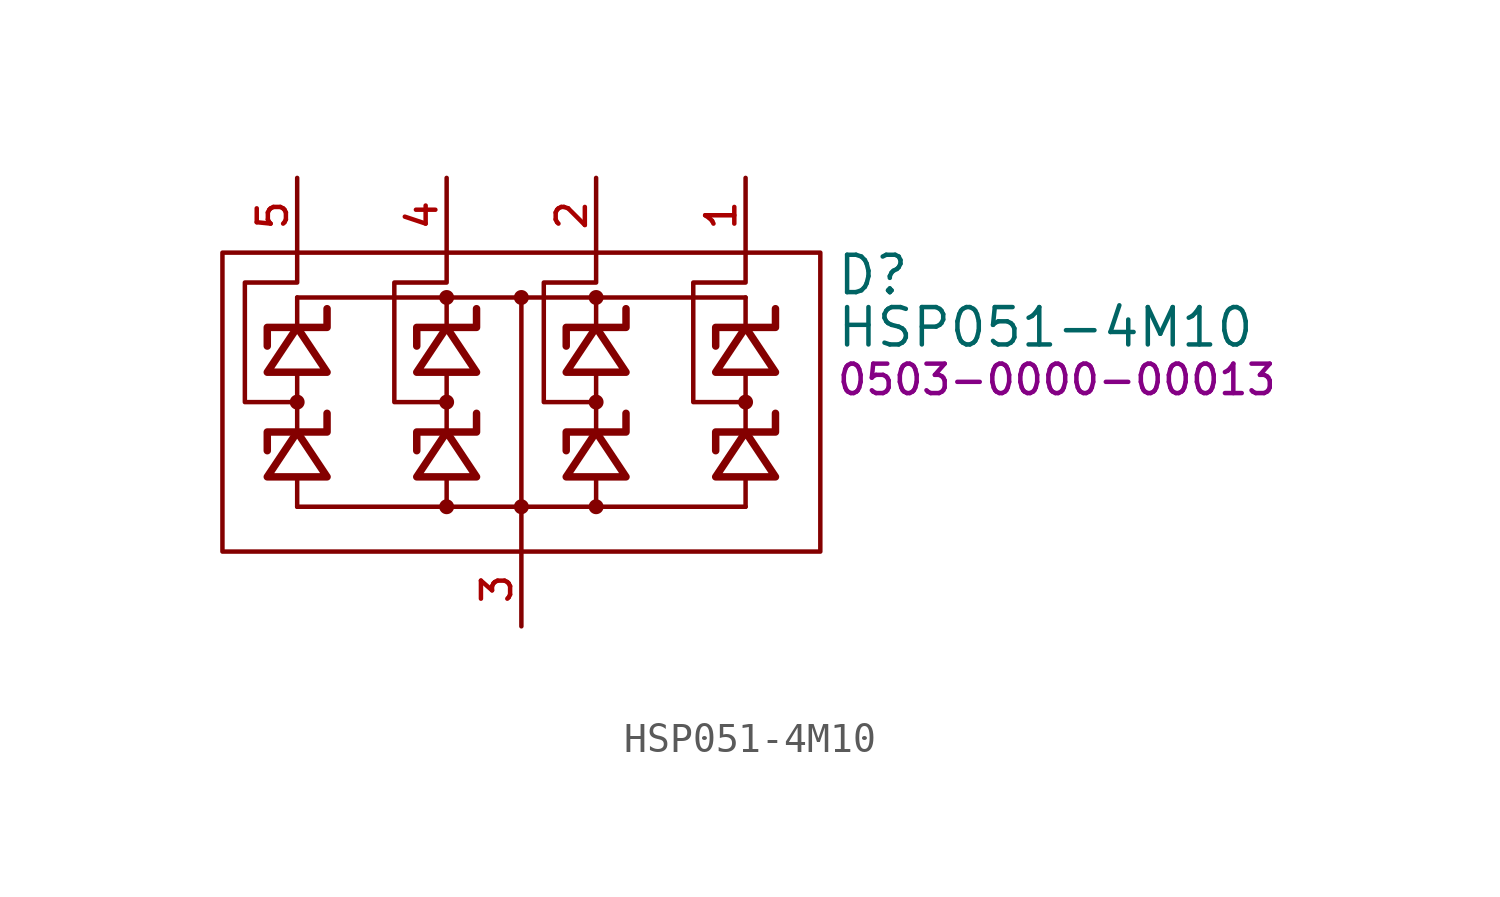
<source format=kicad_sym>
(kicad_symbol_lib
  (version 20231120)
  (generator "kicad_symbol_editor")
  (generator_version "8.0")
  (symbol "HSP051-4M10"
    (property "Reference" "D"
      (at 10.668 4.318 0)
      (effects (font (size 1.27 1.27)) (justify left)))
    (property "Value" "HSP051-4M10"
      (at 10.668 2.54 0)
      (effects (font (size 1.27 1.27)) (justify left)))
    (property "PartNumber" "0503-0000-00013"
      (at 10.668 0.762 0)
      (effects (font (size 1 1)) (justify left)))
    (symbol "HSP051-4M10_0_0"
      (pin passive line (at 7.62 7.62 270) (length 2.54) (name "IO1" (effects (font (size 0 0)))) (number "1" (effects (font (size 0.991 0.991)))))
      (pin no_connect line (at 5.08 -8.89 0) (length 2.54) hide (name "NC" (effects (font (size 1.27 1.27)))) (number "10" (effects (font (size 0.991 0.991)))))
      (pin passive line (at 2.54 7.62 270) (length 2.54) (name "IO2" (effects (font (size 0 0)))) (number "2" (effects (font (size 0.991 0.991)))))
      (pin power_in line (at 0 -7.62 90) (length 2.54) (name "GND" (effects (font (size 0 0)))) (number "3" (effects (font (size 0.991 0.991)))))
      (pin passive line (at -2.54 7.62 270) (length 2.54) (name "IO3" (effects (font (size 0 0)))) (number "4" (effects (font (size 0.991 0.991)))))
      (pin passive line (at -7.62 7.62 270) (length 2.54) (name "IO4" (effects (font (size 0 0)))) (number "5" (effects (font (size 0.991 0.991)))))
      (pin no_connect line (at 5.08 0 90) (length 2.54) hide (name "NC" (effects (font (size 1.27 1.27)))) (number "6" (effects (font (size 0.991 0.991)))))
      (pin no_connect line (at 5.08 -3.81 90) (length 2.54) hide (name "NC" (effects (font (size 1.27 1.27)))) (number "7" (effects (font (size 0.991 0.991)))))
      (pin power_in line (at 0 -7.62 90) (length 2.54) hide (name "GND" (effects (font (size 0 0)))) (number "8" (effects (font (size 0.991 0.991)))))
      (pin no_connect line (at 5.08 -6.35 0) (length 2.54) hide (name "NC" (effects (font (size 1.27 1.27)))) (number "9" (effects (font (size 0.991 0.991))))))
    (symbol "HSP051-4M10_0_1"
      (rectangle (start -10.16 5.08) (end 10.16 -5.08) (stroke (width 0) (type default)) (fill (type none)))
      (polyline (pts (xy -7.62 -3.556) (xy -7.62 -2.54)) (stroke (width 0) (type default)) (fill (type none)))
      (polyline (pts (xy -7.62 -3.556) (xy 7.62 -3.556)) (stroke (width 0) (type default)) (fill (type none)))
      (polyline (pts (xy -7.62 0) (xy -7.62 -1.016)) (stroke (width 0) (type default)) (fill (type none)))
      (polyline (pts (xy -7.62 2.54) (xy -7.62 3.556)) (stroke (width 0) (type default)) (fill (type none)))
      (polyline (pts (xy -7.62 3.556) (xy 7.62 3.556)) (stroke (width 0) (type default)) (fill (type none)))
      (polyline (pts (xy -2.54 -3.556) (xy -2.54 -2.54)) (stroke (width 0) (type default)) (fill (type none)))
      (polyline (pts (xy -2.54 0) (xy -2.54 -1.016)) (stroke (width 0) (type default)) (fill (type none)))
      (polyline (pts (xy -2.54 2.54) (xy -2.54 3.556)) (stroke (width 0) (type default)) (fill (type none)))
      (polyline (pts (xy 0 -5.08) (xy 0 -3.556)) (stroke (width 0) (type default)) (fill (type none)))
      (polyline (pts (xy 0 -3.556) (xy 0 3.556)) (stroke (width 0) (type default)) (fill (type none)))
      (polyline (pts (xy 2.54 -3.556) (xy 2.54 -2.54)) (stroke (width 0) (type default)) (fill (type none)))
      (polyline (pts (xy 2.54 0) (xy 2.54 -1.016)) (stroke (width 0) (type default)) (fill (type none)))
      (polyline (pts (xy 2.54 2.54) (xy 2.54 3.556)) (stroke (width 0) (type default)) (fill (type none)))
      (polyline (pts (xy 7.62 -3.556) (xy 7.62 -2.54)) (stroke (width 0) (type default)) (fill (type none)))
      (polyline (pts (xy 7.62 0) (xy 7.62 -1.016)) (stroke (width 0) (type default)) (fill (type none)))
      (polyline (pts (xy 7.62 2.54) (xy 7.62 3.556)) (stroke (width 0) (type default)) (fill (type none)))
      (polyline (pts (xy -8.636 -2.54) (xy -7.62 -1.016) (xy -6.604 -2.54) (xy -8.636 -2.54)) (stroke (width 0.254) (type default)) (fill (type none)))
      (polyline (pts (xy -8.636 1.016) (xy -7.62 2.54) (xy -6.604 1.016) (xy -8.636 1.016)) (stroke (width 0.254) (type default)) (fill (type none)))
      (polyline (pts (xy -3.556 -2.54) (xy -2.54 -1.016) (xy -1.524 -2.54) (xy -3.556 -2.54)) (stroke (width 0.254) (type default)) (fill (type none)))
      (polyline (pts (xy -3.556 1.016) (xy -2.54 2.54) (xy -1.524 1.016) (xy -3.556 1.016)) (stroke (width 0.254) (type default)) (fill (type none)))
      (polyline (pts (xy 1.524 -2.54) (xy 2.54 -1.016) (xy 3.556 -2.54) (xy 1.524 -2.54)) (stroke (width 0.254) (type default)) (fill (type none)))
      (polyline (pts (xy 1.524 1.016) (xy 2.54 2.54) (xy 3.556 1.016) (xy 1.524 1.016)) (stroke (width 0.254) (type default)) (fill (type none)))
      (polyline (pts (xy 6.604 -2.54) (xy 7.62 -1.016) (xy 8.636 -2.54) (xy 6.604 -2.54)) (stroke (width 0.254) (type default)) (fill (type none)))
      (polyline (pts (xy 6.604 1.016) (xy 7.62 2.54) (xy 8.636 1.016) (xy 6.604 1.016)) (stroke (width 0.254) (type default)) (fill (type none)))
      (polyline (pts (xy -7.62 5.08) (xy -7.62 4.064) (xy -9.398 4.064) (xy -9.398 0) (xy -7.62 0) (xy -7.62 1.016)) (stroke (width 0) (type default)) (fill (type none)))
      (polyline (pts (xy -6.604 -0.381) (xy -6.604 -0.508) (xy -6.604 -1.016) (xy -8.636 -1.016) (xy -8.636 -1.524) (xy -8.636 -1.651)) (stroke (width 0.254) (type default)) (fill (type none)))
      (polyline (pts (xy -6.604 3.175) (xy -6.604 3.048) (xy -6.604 2.54) (xy -8.636 2.54) (xy -8.636 2.032) (xy -8.636 1.905)) (stroke (width 0.254) (type default)) (fill (type none)))
      (polyline (pts (xy -2.54 5.08) (xy -2.54 4.064) (xy -4.318 4.064) (xy -4.318 0) (xy -2.54 0) (xy -2.54 1.016)) (stroke (width 0) (type default)) (fill (type none)))
      (polyline (pts (xy -1.524 -0.381) (xy -1.524 -0.508) (xy -1.524 -1.016) (xy -3.556 -1.016) (xy -3.556 -1.524) (xy -3.556 -1.651)) (stroke (width 0.254) (type default)) (fill (type none)))
      (polyline (pts (xy -1.524 3.175) (xy -1.524 3.048) (xy -1.524 2.54) (xy -3.556 2.54) (xy -3.556 2.032) (xy -3.556 1.905)) (stroke (width 0.254) (type default)) (fill (type none)))
      (polyline (pts (xy 2.54 5.08) (xy 2.54 4.064) (xy 0.762 4.064) (xy 0.762 0) (xy 2.54 0) (xy 2.54 1.016)) (stroke (width 0) (type default)) (fill (type none)))
      (polyline (pts (xy 3.556 -0.381) (xy 3.556 -0.508) (xy 3.556 -1.016) (xy 1.524 -1.016) (xy 1.524 -1.524) (xy 1.524 -1.651)) (stroke (width 0.254) (type default)) (fill (type none)))
      (polyline (pts (xy 3.556 3.175) (xy 3.556 3.048) (xy 3.556 2.54) (xy 1.524 2.54) (xy 1.524 2.032) (xy 1.524 1.905)) (stroke (width 0.254) (type default)) (fill (type none)))
      (polyline (pts (xy 7.62 5.08) (xy 7.62 4.064) (xy 5.842 4.064) (xy 5.842 0) (xy 7.62 0) (xy 7.62 1.016)) (stroke (width 0) (type default)) (fill (type none)))
      (polyline (pts (xy 8.636 -0.381) (xy 8.636 -0.508) (xy 8.636 -1.016) (xy 6.604 -1.016) (xy 6.604 -1.524) (xy 6.604 -1.651)) (stroke (width 0.254) (type default)) (fill (type none)))
      (polyline (pts (xy 8.636 3.175) (xy 8.636 3.048) (xy 8.636 2.54) (xy 6.604 2.54) (xy 6.604 2.032) (xy 6.604 1.905)) (stroke (width 0.254) (type default)) (fill (type none))))
    (symbol "HSP051-4M10_1_1"
      (circle (center -7.62 0) (radius 0.254) (stroke (width -0.0001) (type default)) (fill (type outline)))
      (circle (center -2.54 -3.556) (radius 0.254) (stroke (width -0.0001) (type default)) (fill (type outline)))
      (circle (center -2.54 0) (radius 0.254) (stroke (width -0.0001) (type default)) (fill (type outline)))
      (circle (center -2.54 3.556) (radius 0.254) (stroke (width -0.0001) (type default)) (fill (type outline)))
      (circle (center 0 -3.556) (radius 0.254) (stroke (width -0.0001) (type default)) (fill (type outline)))
      (circle (center 0 3.556) (radius 0.254) (stroke (width -0.0001) (type default)) (fill (type outline)))
      (circle (center 2.54 -3.556) (radius 0.254) (stroke (width -0.0001) (type default)) (fill (type outline)))
      (circle (center 2.54 0) (radius 0.254) (stroke (width -0.0001) (type default)) (fill (type outline)))
      (circle (center 2.54 3.556) (radius 0.254) (stroke (width -0.0001) (type default)) (fill (type outline)))
      (circle (center 7.62 0) (radius 0.254) (stroke (width -0.0001) (type default)) (fill (type outline))))))
</source>
